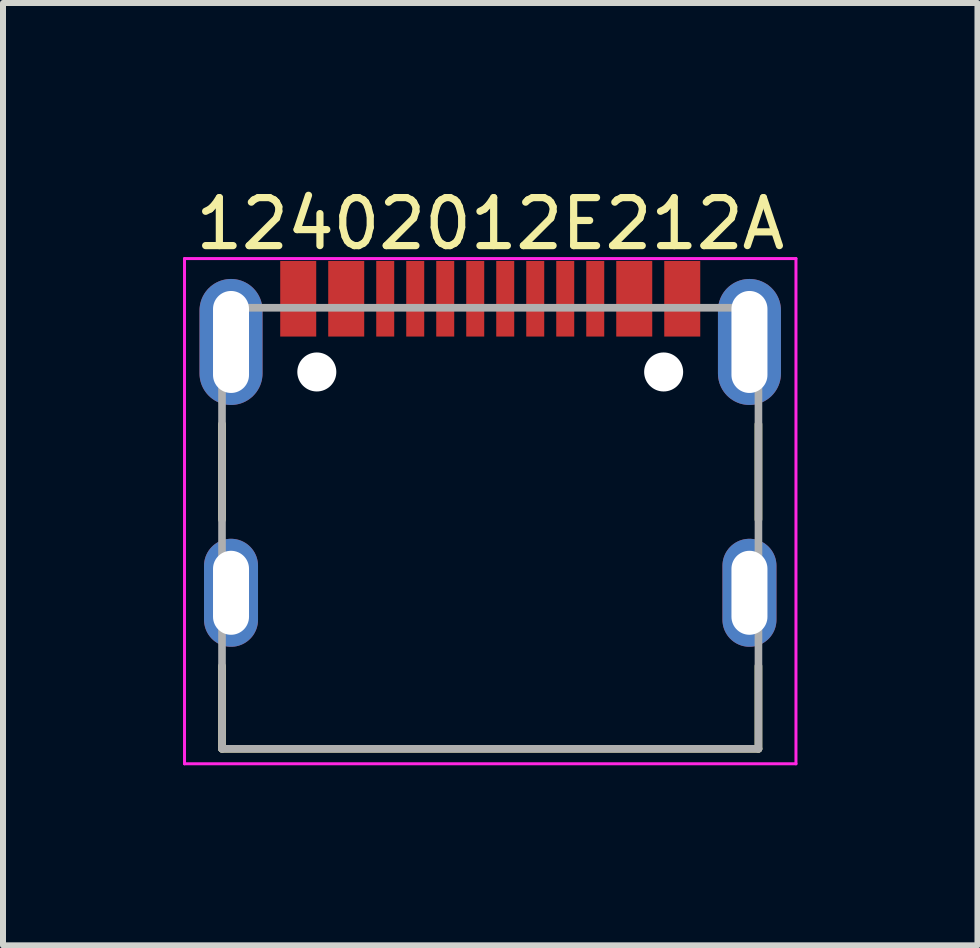
<source format=kicad_pcb>
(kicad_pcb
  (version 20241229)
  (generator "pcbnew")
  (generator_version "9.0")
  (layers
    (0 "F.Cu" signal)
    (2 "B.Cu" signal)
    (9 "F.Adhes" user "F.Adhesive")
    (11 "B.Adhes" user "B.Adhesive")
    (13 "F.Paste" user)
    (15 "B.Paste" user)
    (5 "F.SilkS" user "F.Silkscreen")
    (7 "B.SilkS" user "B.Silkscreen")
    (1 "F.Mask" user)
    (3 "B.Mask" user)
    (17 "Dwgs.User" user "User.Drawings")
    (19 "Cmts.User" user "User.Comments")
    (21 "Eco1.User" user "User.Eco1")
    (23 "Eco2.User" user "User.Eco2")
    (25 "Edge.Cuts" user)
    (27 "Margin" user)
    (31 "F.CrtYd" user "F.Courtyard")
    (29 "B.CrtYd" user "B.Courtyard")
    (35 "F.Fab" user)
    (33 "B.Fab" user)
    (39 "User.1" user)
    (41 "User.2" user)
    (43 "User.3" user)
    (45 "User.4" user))
  (footprint "12402012E212A"
    (layer "F.Cu")
    (at 5.12 6.829)
    (property "Reference" "12402012E212A" (at 0 -6.15 0) (layer "F.SilkS") (effects (font (size 0.8 0.8) (thickness 0.12))))
    (attr smd)
    (fp_line (start -4.47 -2.81) (end -4.47 -1.22) (stroke (width 0.127) (type solid)) (layer "F.SilkS"))
    (fp_line (start -4.47 2.6) (end -4.47 1.22) (stroke (width 0.127) (type solid)) (layer "F.SilkS"))
    (fp_line (start 4.47 -2.81) (end 4.47 -1.22) (stroke (width 0.127) (type solid)) (layer "F.SilkS"))
    (fp_line (start 4.47 2.6) (end -4.47 2.6) (stroke (width 0.127) (type solid)) (layer "F.SilkS"))
    (fp_line (start 4.47 2.6) (end 4.47 1.22) (stroke (width 0.127) (type solid)) (layer "F.SilkS"))
    (fp_line (start -5.095 -5.57) (end -5.095 2.85) (stroke (width 0.05) (type solid)) (layer "F.CrtYd"))
    (fp_line (start -5.095 2.85) (end 5.095 2.85) (stroke (width 0.05) (type solid)) (layer "F.CrtYd"))
    (fp_line (start 5.095 -5.57) (end -5.095 -5.57) (stroke (width 0.05) (type solid)) (layer "F.CrtYd"))
    (fp_line (start 5.095 2.85) (end 5.095 -5.57) (stroke (width 0.05) (type solid)) (layer "F.CrtYd"))
    (fp_line (start -4.47 -4.75) (end 4.47 -4.75) (stroke (width 0.127) (type solid)) (layer "F.Fab"))
    (fp_line (start -4.47 2.6) (end -4.47 -4.75) (stroke (width 0.127) (type solid)) (layer "F.Fab"))
    (fp_line (start 4.47 -4.75) (end 4.47 2.6) (stroke (width 0.127) (type solid)) (layer "F.Fab"))
    (fp_line (start 4.47 2.6) (end -4.47 2.6) (stroke (width 0.127) (type solid)) (layer "F.Fab"))
    (pad "" np_thru_hole circle (at -2.89 -3.68) (size 0.65 0.65) (drill 0.65) (layers "*.Cu" "*.Mask"))
    (pad "" np_thru_hole circle (at 2.89 -3.68) (size 0.65 0.65) (drill 0.65) (layers "*.Cu" "*.Mask"))
    (pad "A1_B12" smd rect (at -3.2 -4.9) (size 0.6 1.26) (layers "F.Cu" "F.Mask" "F.Paste"))
    (pad "A4_B9" smd rect (at -2.4 -4.9) (size 0.6 1.26) (layers "F.Cu" "F.Mask" "F.Paste"))
    (pad "A5" smd rect (at -1.25 -4.9) (size 0.3 1.26) (layers "F.Cu" "F.Mask" "F.Paste"))
    (pad "A6" smd rect (at -0.25 -4.9) (size 0.3 1.26) (layers "F.Cu" "F.Mask" "F.Paste"))
    (pad "A7" smd rect (at 0.25 -4.9) (size 0.3 1.26) (layers "F.Cu" "F.Mask" "F.Paste"))
    (pad "A8" smd rect (at 1.25 -4.9) (size 0.3 1.26) (layers "F.Cu" "F.Mask" "F.Paste"))
    (pad "B1_A12" smd rect (at 3.2 -4.9) (size 0.6 1.26) (layers "F.Cu" "F.Mask" "F.Paste"))
    (pad "B4_A9" smd rect (at 2.4 -4.9) (size 0.6 1.26) (layers "F.Cu" "F.Mask" "F.Paste"))
    (pad "B5" smd rect (at 1.75 -4.9) (size 0.3 1.26) (layers "F.Cu" "F.Mask" "F.Paste"))
    (pad "B6" smd rect (at 0.75 -4.9) (size 0.3 1.26) (layers "F.Cu" "F.Mask" "F.Paste"))
    (pad "B7" smd rect (at -0.75 -4.9) (size 0.3 1.26) (layers "F.Cu" "F.Mask" "F.Paste"))
    (pad "B8" smd rect (at -1.75 -4.9) (size 0.3 1.26) (layers "F.Cu" "F.Mask" "F.Paste"))
    (pad "SH" thru_hole oval (at -4.32 -4.18) (size 1.05 2.1) (drill oval 0.6 1.7) (layers "*.Cu" "*.Mask"))
    (pad "SH" thru_hole oval (at -4.32 0) (size 0.9 1.8) (drill oval 0.6 1.4) (layers "*.Cu" "*.Mask"))
    (pad "SH" thru_hole oval (at 4.32 -4.18) (size 1.05 2.1) (drill oval 0.6 1.7) (layers "*.Cu" "*.Mask"))
    (pad "SH" thru_hole oval (at 4.32 0) (size 0.9 1.8) (drill oval 0.6 1.4) (layers "*.Cu" "*.Mask")))
  (gr_rect
    (start -3 -3)
    (end 13.24 12.704)
    (stroke (width 0.1) (type default))
    (fill no)
    (layer "Edge.Cuts")))
</source>
